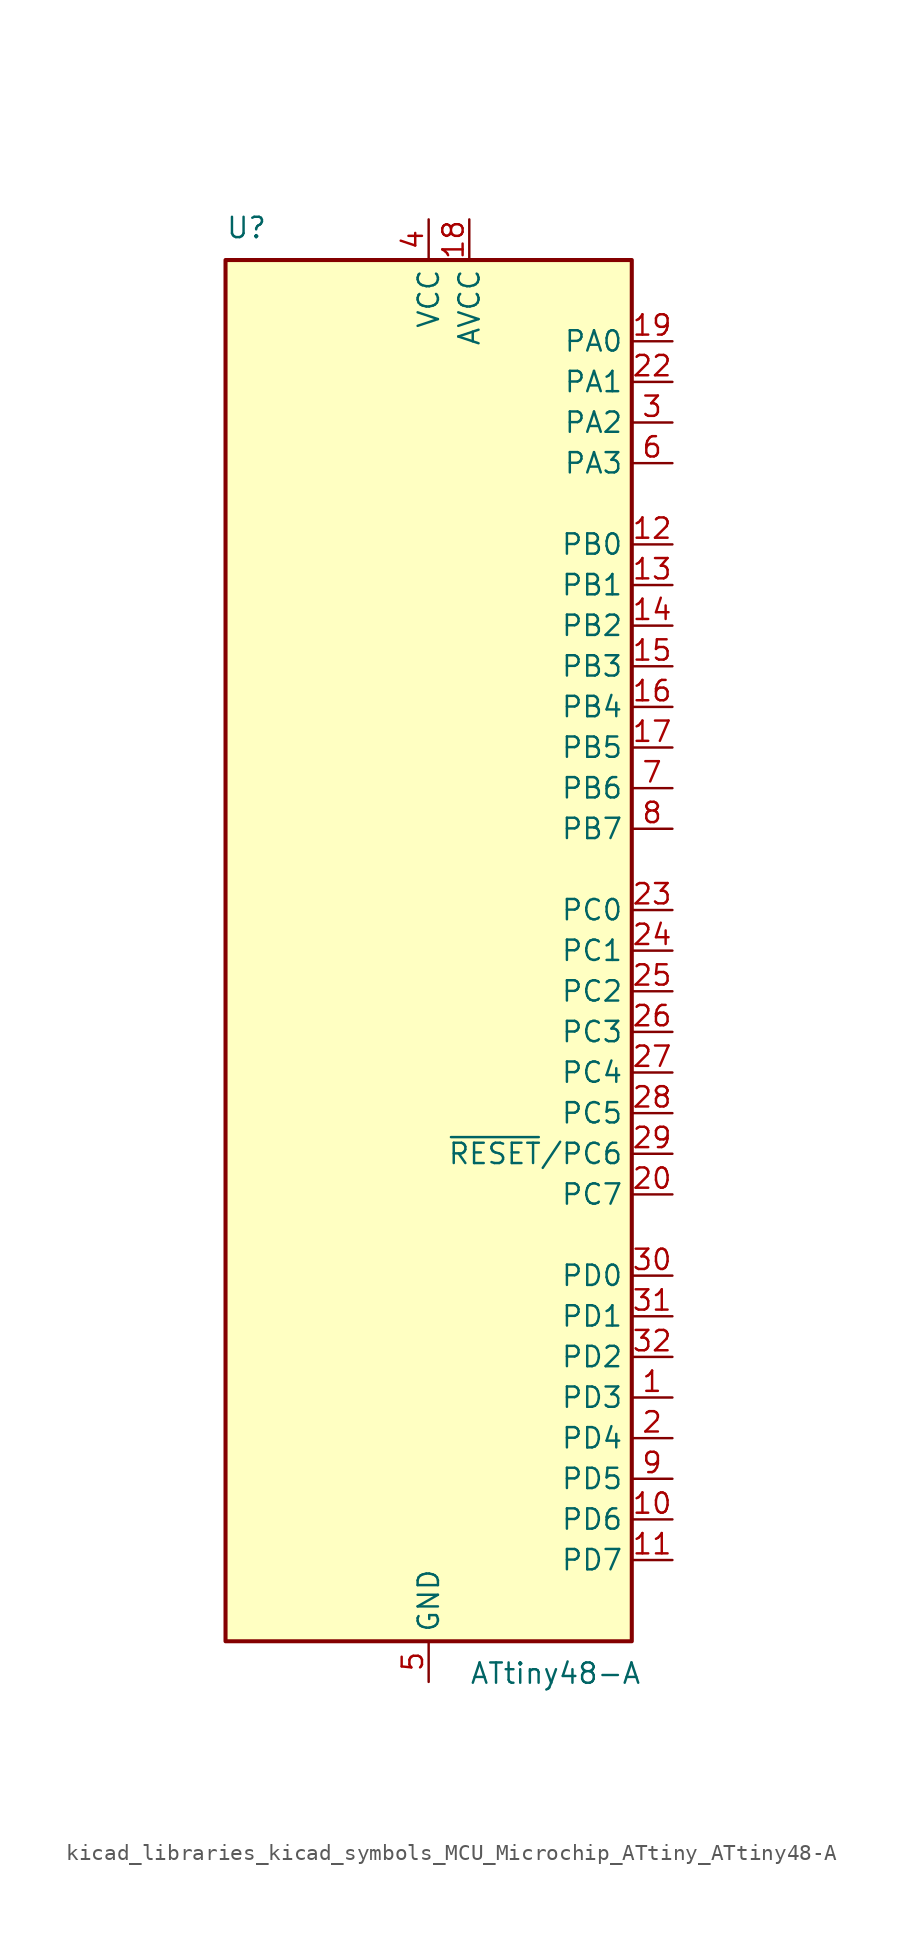
<source format=kicad_sym>
(kicad_symbol_lib
  (version 20220914)
  (generator kicad_symbol_editor)
  (symbol "kicad_libraries_kicad_symbols_MCU_Microchip_ATtiny_ATtiny48-A"
    (property "Reference" "U"
      (at -12.7 44.45 0)
      (effects (font (size 1.27 1.27)) (justify left bottom)))
    (property "Value" "ATtiny48-A"
      (at 2.54 -44.45 0)
      (effects (font (size 1.27 1.27)) (justify left top)))
    (symbol "kicad_libraries_kicad_symbols_MCU_Microchip_ATtiny_ATtiny48-A_0_1"
      (rectangle (start -12.7 -43.18) (end 12.7 43.18) (stroke (width 0.254) (type default)) (fill (type background))))
    (symbol "kicad_libraries_kicad_symbols_MCU_Microchip_ATtiny_ATtiny48-A_1_1"
      (pin bidirectional line (at 15.24 -27.94 180) (length 2.54) (name "PD3" (effects (font (size 1.27 1.27)))) (number "1" (effects (font (size 1.27 1.27)))))
      (pin bidirectional line (at 15.24 -35.56 180) (length 2.54) (name "PD6" (effects (font (size 1.27 1.27)))) (number "10" (effects (font (size 1.27 1.27)))))
      (pin bidirectional line (at 15.24 -38.1 180) (length 2.54) (name "PD7" (effects (font (size 1.27 1.27)))) (number "11" (effects (font (size 1.27 1.27)))))
      (pin bidirectional line (at 15.24 25.4 180) (length 2.54) (name "PB0" (effects (font (size 1.27 1.27)))) (number "12" (effects (font (size 1.27 1.27)))))
      (pin bidirectional line (at 15.24 22.86 180) (length 2.54) (name "PB1" (effects (font (size 1.27 1.27)))) (number "13" (effects (font (size 1.27 1.27)))))
      (pin bidirectional line (at 15.24 20.32 180) (length 2.54) (name "PB2" (effects (font (size 1.27 1.27)))) (number "14" (effects (font (size 1.27 1.27)))))
      (pin bidirectional line (at 15.24 17.78 180) (length 2.54) (name "PB3" (effects (font (size 1.27 1.27)))) (number "15" (effects (font (size 1.27 1.27)))))
      (pin bidirectional line (at 15.24 15.24 180) (length 2.54) (name "PB4" (effects (font (size 1.27 1.27)))) (number "16" (effects (font (size 1.27 1.27)))))
      (pin bidirectional line (at 15.24 12.7 180) (length 2.54) (name "PB5" (effects (font (size 1.27 1.27)))) (number "17" (effects (font (size 1.27 1.27)))))
      (pin power_in line (at 2.54 45.72 270) (length 2.54) (name "AVCC" (effects (font (size 1.27 1.27)))) (number "18" (effects (font (size 1.27 1.27)))))
      (pin bidirectional line (at 15.24 38.1 180) (length 2.54) (name "PA0" (effects (font (size 1.27 1.27)))) (number "19" (effects (font (size 1.27 1.27)))))
      (pin bidirectional line (at 15.24 -30.48 180) (length 2.54) (name "PD4" (effects (font (size 1.27 1.27)))) (number "2" (effects (font (size 1.27 1.27)))))
      (pin bidirectional line (at 15.24 -15.24 180) (length 2.54) (name "PC7" (effects (font (size 1.27 1.27)))) (number "20" (effects (font (size 1.27 1.27)))))
      (pin passive line (at 0 -45.72 90) (length 2.54) hide (name "GND" (effects (font (size 1.27 1.27)))) (number "21" (effects (font (size 1.27 1.27)))))
      (pin bidirectional line (at 15.24 35.56 180) (length 2.54) (name "PA1" (effects (font (size 1.27 1.27)))) (number "22" (effects (font (size 1.27 1.27)))))
      (pin bidirectional line (at 15.24 2.54 180) (length 2.54) (name "PC0" (effects (font (size 1.27 1.27)))) (number "23" (effects (font (size 1.27 1.27)))))
      (pin bidirectional line (at 15.24 0 180) (length 2.54) (name "PC1" (effects (font (size 1.27 1.27)))) (number "24" (effects (font (size 1.27 1.27)))))
      (pin bidirectional line (at 15.24 -2.54 180) (length 2.54) (name "PC2" (effects (font (size 1.27 1.27)))) (number "25" (effects (font (size 1.27 1.27)))))
      (pin bidirectional line (at 15.24 -5.08 180) (length 2.54) (name "PC3" (effects (font (size 1.27 1.27)))) (number "26" (effects (font (size 1.27 1.27)))))
      (pin bidirectional line (at 15.24 -7.62 180) (length 2.54) (name "PC4" (effects (font (size 1.27 1.27)))) (number "27" (effects (font (size 1.27 1.27)))))
      (pin bidirectional line (at 15.24 -10.16 180) (length 2.54) (name "PC5" (effects (font (size 1.27 1.27)))) (number "28" (effects (font (size 1.27 1.27)))))
      (pin bidirectional line (at 15.24 -12.7 180) (length 2.54) (name "~{RESET}/PC6" (effects (font (size 1.27 1.27)))) (number "29" (effects (font (size 1.27 1.27)))))
      (pin bidirectional line (at 15.24 33.02 180) (length 2.54) (name "PA2" (effects (font (size 1.27 1.27)))) (number "3" (effects (font (size 1.27 1.27)))))
      (pin bidirectional line (at 15.24 -20.32 180) (length 2.54) (name "PD0" (effects (font (size 1.27 1.27)))) (number "30" (effects (font (size 1.27 1.27)))))
      (pin bidirectional line (at 15.24 -22.86 180) (length 2.54) (name "PD1" (effects (font (size 1.27 1.27)))) (number "31" (effects (font (size 1.27 1.27)))))
      (pin bidirectional line (at 15.24 -25.4 180) (length 2.54) (name "PD2" (effects (font (size 1.27 1.27)))) (number "32" (effects (font (size 1.27 1.27)))))
      (pin power_in line (at 0 45.72 270) (length 2.54) (name "VCC" (effects (font (size 1.27 1.27)))) (number "4" (effects (font (size 1.27 1.27)))))
      (pin power_in line (at 0 -45.72 90) (length 2.54) (name "GND" (effects (font (size 1.27 1.27)))) (number "5" (effects (font (size 1.27 1.27)))))
      (pin bidirectional line (at 15.24 30.48 180) (length 2.54) (name "PA3" (effects (font (size 1.27 1.27)))) (number "6" (effects (font (size 1.27 1.27)))))
      (pin bidirectional line (at 15.24 10.16 180) (length 2.54) (name "PB6" (effects (font (size 1.27 1.27)))) (number "7" (effects (font (size 1.27 1.27)))))
      (pin bidirectional line (at 15.24 7.62 180) (length 2.54) (name "PB7" (effects (font (size 1.27 1.27)))) (number "8" (effects (font (size 1.27 1.27)))))
      (pin bidirectional line (at 15.24 -33.02 180) (length 2.54) (name "PD5" (effects (font (size 1.27 1.27)))) (number "9" (effects (font (size 1.27 1.27))))))))
</source>
